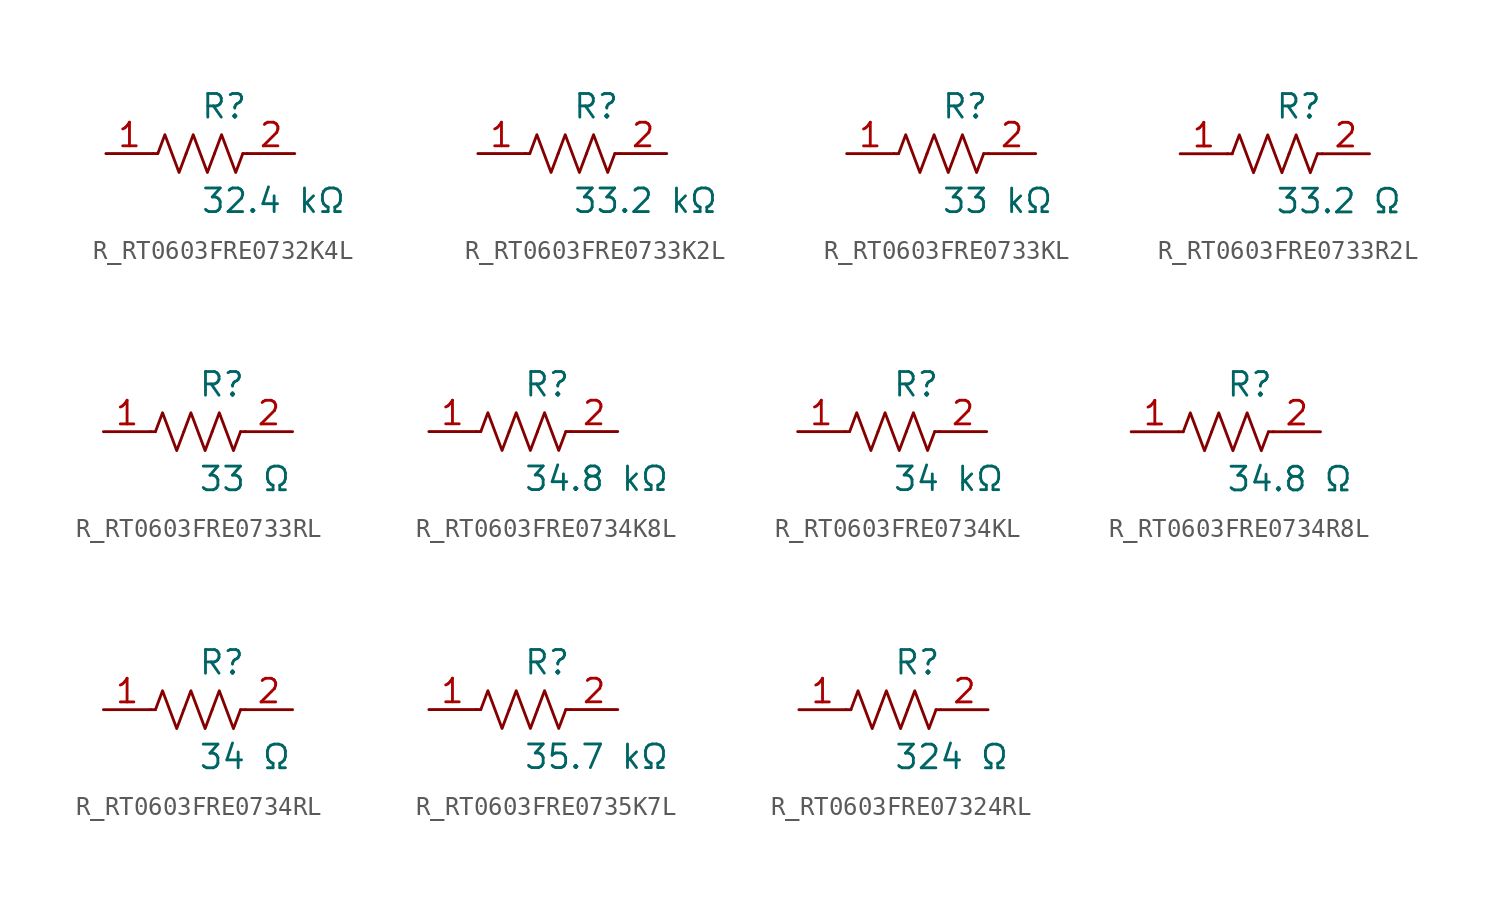
<source format=kicad_sym>
(kicad_symbol_lib
  (version 20231120)
  (generator kicad_symbol_editor)
  (generator_version 8.0)
  (symbol "R_RT0603FRE0732K4L"
    (pin_names
      (offset 0.254))
    (property "Reference" "R"
      (at 0.0 2.54 0)
      (effects (font (size 1.27 1.27)) (justify left)))
    (property "Value" "32.4 kΩ"
      (at 0.0 -2.54 0)
      (effects (font (size 1.27 1.27)) (justify left)))
    (symbol "R_RT0603FRE0732K4L_0_1"
      (polyline (pts (xy 2.286 0) (xy 2.54 0)) (stroke (width 0) (type default)) (fill (type none)))
      (polyline (pts (xy -2.286 0) (xy -2.54 0)) (stroke (width 0) (type default)) (fill (type none)))
      (polyline (pts (xy 0.762 0) (xy 1.143 1.016) (xy 1.524 0) (xy 1.905 -1.016) (xy 2.286 0)) (stroke (width 0) (type default)) (fill (type none)))
      (polyline (pts (xy -0.762 0) (xy -0.381 1.016) (xy 0 0) (xy 0.381 -1.016) (xy 0.762 0)) (stroke (width 0) (type default)) (fill (type none)))
      (polyline (pts (xy -2.286 0) (xy -1.905 1.016) (xy -1.524 0) (xy -1.143 -1.016) (xy -0.762 0)) (stroke (width 0) (type default)) (fill (type none))))
    (pin unspecified line
      (at -5.08 0 0)
      (length 2.54)
      (name "" (effects (font (size 1.27 1.27))))
      (number "1" (effects (font (size 1.27 1.27)))))
    (pin unspecified line
      (at 5.08 0 180)
      (length 2.54)
      (name "" (effects (font (size 1.27 1.27))))
      (number "2" (effects (font (size 1.27 1.27))))))
  (symbol "R_RT0603FRE0733K2L"
    (pin_names
      (offset 0.254))
    (property "Reference" "R"
      (at 0.0 2.54 0)
      (effects (font (size 1.27 1.27)) (justify left)))
    (property "Value" "33.2 kΩ"
      (at 0.0 -2.54 0)
      (effects (font (size 1.27 1.27)) (justify left)))
    (symbol "R_RT0603FRE0733K2L_0_1"
      (polyline (pts (xy 2.286 0) (xy 2.54 0)) (stroke (width 0) (type default)) (fill (type none)))
      (polyline (pts (xy -2.286 0) (xy -2.54 0)) (stroke (width 0) (type default)) (fill (type none)))
      (polyline (pts (xy 0.762 0) (xy 1.143 1.016) (xy 1.524 0) (xy 1.905 -1.016) (xy 2.286 0)) (stroke (width 0) (type default)) (fill (type none)))
      (polyline (pts (xy -0.762 0) (xy -0.381 1.016) (xy 0 0) (xy 0.381 -1.016) (xy 0.762 0)) (stroke (width 0) (type default)) (fill (type none)))
      (polyline (pts (xy -2.286 0) (xy -1.905 1.016) (xy -1.524 0) (xy -1.143 -1.016) (xy -0.762 0)) (stroke (width 0) (type default)) (fill (type none))))
    (pin unspecified line
      (at -5.08 0 0)
      (length 2.54)
      (name "" (effects (font (size 1.27 1.27))))
      (number "1" (effects (font (size 1.27 1.27)))))
    (pin unspecified line
      (at 5.08 0 180)
      (length 2.54)
      (name "" (effects (font (size 1.27 1.27))))
      (number "2" (effects (font (size 1.27 1.27))))))
  (symbol "R_RT0603FRE0733KL"
    (pin_names
      (offset 0.254))
    (property "Reference" "R"
      (at 0.0 2.54 0)
      (effects (font (size 1.27 1.27)) (justify left)))
    (property "Value" "33 kΩ"
      (at 0.0 -2.54 0)
      (effects (font (size 1.27 1.27)) (justify left)))
    (symbol "R_RT0603FRE0733KL_0_1"
      (polyline (pts (xy 2.286 0) (xy 2.54 0)) (stroke (width 0) (type default)) (fill (type none)))
      (polyline (pts (xy -2.286 0) (xy -2.54 0)) (stroke (width 0) (type default)) (fill (type none)))
      (polyline (pts (xy 0.762 0) (xy 1.143 1.016) (xy 1.524 0) (xy 1.905 -1.016) (xy 2.286 0)) (stroke (width 0) (type default)) (fill (type none)))
      (polyline (pts (xy -0.762 0) (xy -0.381 1.016) (xy 0 0) (xy 0.381 -1.016) (xy 0.762 0)) (stroke (width 0) (type default)) (fill (type none)))
      (polyline (pts (xy -2.286 0) (xy -1.905 1.016) (xy -1.524 0) (xy -1.143 -1.016) (xy -0.762 0)) (stroke (width 0) (type default)) (fill (type none))))
    (pin unspecified line
      (at -5.08 0 0)
      (length 2.54)
      (name "" (effects (font (size 1.27 1.27))))
      (number "1" (effects (font (size 1.27 1.27)))))
    (pin unspecified line
      (at 5.08 0 180)
      (length 2.54)
      (name "" (effects (font (size 1.27 1.27))))
      (number "2" (effects (font (size 1.27 1.27))))))
  (symbol "R_RT0603FRE0733R2L"
    (pin_names
      (offset 0.254))
    (property "Reference" "R"
      (at 0.0 2.54 0)
      (effects (font (size 1.27 1.27)) (justify left)))
    (property "Value" "33.2 Ω"
      (at 0.0 -2.54 0)
      (effects (font (size 1.27 1.27)) (justify left)))
    (symbol "R_RT0603FRE0733R2L_0_1"
      (polyline (pts (xy 2.286 0) (xy 2.54 0)) (stroke (width 0) (type default)) (fill (type none)))
      (polyline (pts (xy -2.286 0) (xy -2.54 0)) (stroke (width 0) (type default)) (fill (type none)))
      (polyline (pts (xy 0.762 0) (xy 1.143 1.016) (xy 1.524 0) (xy 1.905 -1.016) (xy 2.286 0)) (stroke (width 0) (type default)) (fill (type none)))
      (polyline (pts (xy -0.762 0) (xy -0.381 1.016) (xy 0 0) (xy 0.381 -1.016) (xy 0.762 0)) (stroke (width 0) (type default)) (fill (type none)))
      (polyline (pts (xy -2.286 0) (xy -1.905 1.016) (xy -1.524 0) (xy -1.143 -1.016) (xy -0.762 0)) (stroke (width 0) (type default)) (fill (type none))))
    (pin unspecified line
      (at -5.08 0 0)
      (length 2.54)
      (name "" (effects (font (size 1.27 1.27))))
      (number "1" (effects (font (size 1.27 1.27)))))
    (pin unspecified line
      (at 5.08 0 180)
      (length 2.54)
      (name "" (effects (font (size 1.27 1.27))))
      (number "2" (effects (font (size 1.27 1.27))))))
  (symbol "R_RT0603FRE0733RL"
    (pin_names
      (offset 0.254))
    (property "Reference" "R"
      (at 0.0 2.54 0)
      (effects (font (size 1.27 1.27)) (justify left)))
    (property "Value" "33 Ω"
      (at 0.0 -2.54 0)
      (effects (font (size 1.27 1.27)) (justify left)))
    (symbol "R_RT0603FRE0733RL_0_1"
      (polyline (pts (xy 2.286 0) (xy 2.54 0)) (stroke (width 0) (type default)) (fill (type none)))
      (polyline (pts (xy -2.286 0) (xy -2.54 0)) (stroke (width 0) (type default)) (fill (type none)))
      (polyline (pts (xy 0.762 0) (xy 1.143 1.016) (xy 1.524 0) (xy 1.905 -1.016) (xy 2.286 0)) (stroke (width 0) (type default)) (fill (type none)))
      (polyline (pts (xy -0.762 0) (xy -0.381 1.016) (xy 0 0) (xy 0.381 -1.016) (xy 0.762 0)) (stroke (width 0) (type default)) (fill (type none)))
      (polyline (pts (xy -2.286 0) (xy -1.905 1.016) (xy -1.524 0) (xy -1.143 -1.016) (xy -0.762 0)) (stroke (width 0) (type default)) (fill (type none))))
    (pin unspecified line
      (at -5.08 0 0)
      (length 2.54)
      (name "" (effects (font (size 1.27 1.27))))
      (number "1" (effects (font (size 1.27 1.27)))))
    (pin unspecified line
      (at 5.08 0 180)
      (length 2.54)
      (name "" (effects (font (size 1.27 1.27))))
      (number "2" (effects (font (size 1.27 1.27))))))
  (symbol "R_RT0603FRE0734K8L"
    (pin_names
      (offset 0.254))
    (property "Reference" "R"
      (at 0.0 2.54 0)
      (effects (font (size 1.27 1.27)) (justify left)))
    (property "Value" "34.8 kΩ"
      (at 0.0 -2.54 0)
      (effects (font (size 1.27 1.27)) (justify left)))
    (symbol "R_RT0603FRE0734K8L_0_1"
      (polyline (pts (xy 2.286 0) (xy 2.54 0)) (stroke (width 0) (type default)) (fill (type none)))
      (polyline (pts (xy -2.286 0) (xy -2.54 0)) (stroke (width 0) (type default)) (fill (type none)))
      (polyline (pts (xy 0.762 0) (xy 1.143 1.016) (xy 1.524 0) (xy 1.905 -1.016) (xy 2.286 0)) (stroke (width 0) (type default)) (fill (type none)))
      (polyline (pts (xy -0.762 0) (xy -0.381 1.016) (xy 0 0) (xy 0.381 -1.016) (xy 0.762 0)) (stroke (width 0) (type default)) (fill (type none)))
      (polyline (pts (xy -2.286 0) (xy -1.905 1.016) (xy -1.524 0) (xy -1.143 -1.016) (xy -0.762 0)) (stroke (width 0) (type default)) (fill (type none))))
    (pin unspecified line
      (at -5.08 0 0)
      (length 2.54)
      (name "" (effects (font (size 1.27 1.27))))
      (number "1" (effects (font (size 1.27 1.27)))))
    (pin unspecified line
      (at 5.08 0 180)
      (length 2.54)
      (name "" (effects (font (size 1.27 1.27))))
      (number "2" (effects (font (size 1.27 1.27))))))
  (symbol "R_RT0603FRE0734KL"
    (pin_names
      (offset 0.254))
    (property "Reference" "R"
      (at 0.0 2.54 0)
      (effects (font (size 1.27 1.27)) (justify left)))
    (property "Value" "34 kΩ"
      (at 0.0 -2.54 0)
      (effects (font (size 1.27 1.27)) (justify left)))
    (symbol "R_RT0603FRE0734KL_0_1"
      (polyline (pts (xy 2.286 0) (xy 2.54 0)) (stroke (width 0) (type default)) (fill (type none)))
      (polyline (pts (xy -2.286 0) (xy -2.54 0)) (stroke (width 0) (type default)) (fill (type none)))
      (polyline (pts (xy 0.762 0) (xy 1.143 1.016) (xy 1.524 0) (xy 1.905 -1.016) (xy 2.286 0)) (stroke (width 0) (type default)) (fill (type none)))
      (polyline (pts (xy -0.762 0) (xy -0.381 1.016) (xy 0 0) (xy 0.381 -1.016) (xy 0.762 0)) (stroke (width 0) (type default)) (fill (type none)))
      (polyline (pts (xy -2.286 0) (xy -1.905 1.016) (xy -1.524 0) (xy -1.143 -1.016) (xy -0.762 0)) (stroke (width 0) (type default)) (fill (type none))))
    (pin unspecified line
      (at -5.08 0 0)
      (length 2.54)
      (name "" (effects (font (size 1.27 1.27))))
      (number "1" (effects (font (size 1.27 1.27)))))
    (pin unspecified line
      (at 5.08 0 180)
      (length 2.54)
      (name "" (effects (font (size 1.27 1.27))))
      (number "2" (effects (font (size 1.27 1.27))))))
  (symbol "R_RT0603FRE0734R8L"
    (pin_names
      (offset 0.254))
    (property "Reference" "R"
      (at 0.0 2.54 0)
      (effects (font (size 1.27 1.27)) (justify left)))
    (property "Value" "34.8 Ω"
      (at 0.0 -2.54 0)
      (effects (font (size 1.27 1.27)) (justify left)))
    (symbol "R_RT0603FRE0734R8L_0_1"
      (polyline (pts (xy 2.286 0) (xy 2.54 0)) (stroke (width 0) (type default)) (fill (type none)))
      (polyline (pts (xy -2.286 0) (xy -2.54 0)) (stroke (width 0) (type default)) (fill (type none)))
      (polyline (pts (xy 0.762 0) (xy 1.143 1.016) (xy 1.524 0) (xy 1.905 -1.016) (xy 2.286 0)) (stroke (width 0) (type default)) (fill (type none)))
      (polyline (pts (xy -0.762 0) (xy -0.381 1.016) (xy 0 0) (xy 0.381 -1.016) (xy 0.762 0)) (stroke (width 0) (type default)) (fill (type none)))
      (polyline (pts (xy -2.286 0) (xy -1.905 1.016) (xy -1.524 0) (xy -1.143 -1.016) (xy -0.762 0)) (stroke (width 0) (type default)) (fill (type none))))
    (pin unspecified line
      (at -5.08 0 0)
      (length 2.54)
      (name "" (effects (font (size 1.27 1.27))))
      (number "1" (effects (font (size 1.27 1.27)))))
    (pin unspecified line
      (at 5.08 0 180)
      (length 2.54)
      (name "" (effects (font (size 1.27 1.27))))
      (number "2" (effects (font (size 1.27 1.27))))))
  (symbol "R_RT0603FRE0734RL"
    (pin_names
      (offset 0.254))
    (property "Reference" "R"
      (at 0.0 2.54 0)
      (effects (font (size 1.27 1.27)) (justify left)))
    (property "Value" "34 Ω"
      (at 0.0 -2.54 0)
      (effects (font (size 1.27 1.27)) (justify left)))
    (symbol "R_RT0603FRE0734RL_0_1"
      (polyline (pts (xy 2.286 0) (xy 2.54 0)) (stroke (width 0) (type default)) (fill (type none)))
      (polyline (pts (xy -2.286 0) (xy -2.54 0)) (stroke (width 0) (type default)) (fill (type none)))
      (polyline (pts (xy 0.762 0) (xy 1.143 1.016) (xy 1.524 0) (xy 1.905 -1.016) (xy 2.286 0)) (stroke (width 0) (type default)) (fill (type none)))
      (polyline (pts (xy -0.762 0) (xy -0.381 1.016) (xy 0 0) (xy 0.381 -1.016) (xy 0.762 0)) (stroke (width 0) (type default)) (fill (type none)))
      (polyline (pts (xy -2.286 0) (xy -1.905 1.016) (xy -1.524 0) (xy -1.143 -1.016) (xy -0.762 0)) (stroke (width 0) (type default)) (fill (type none))))
    (pin unspecified line
      (at -5.08 0 0)
      (length 2.54)
      (name "" (effects (font (size 1.27 1.27))))
      (number "1" (effects (font (size 1.27 1.27)))))
    (pin unspecified line
      (at 5.08 0 180)
      (length 2.54)
      (name "" (effects (font (size 1.27 1.27))))
      (number "2" (effects (font (size 1.27 1.27))))))
  (symbol "R_RT0603FRE0735K7L"
    (pin_names
      (offset 0.254))
    (property "Reference" "R"
      (at 0.0 2.54 0)
      (effects (font (size 1.27 1.27)) (justify left)))
    (property "Value" "35.7 kΩ"
      (at 0.0 -2.54 0)
      (effects (font (size 1.27 1.27)) (justify left)))
    (symbol "R_RT0603FRE0735K7L_0_1"
      (polyline (pts (xy 2.286 0) (xy 2.54 0)) (stroke (width 0) (type default)) (fill (type none)))
      (polyline (pts (xy -2.286 0) (xy -2.54 0)) (stroke (width 0) (type default)) (fill (type none)))
      (polyline (pts (xy 0.762 0) (xy 1.143 1.016) (xy 1.524 0) (xy 1.905 -1.016) (xy 2.286 0)) (stroke (width 0) (type default)) (fill (type none)))
      (polyline (pts (xy -0.762 0) (xy -0.381 1.016) (xy 0 0) (xy 0.381 -1.016) (xy 0.762 0)) (stroke (width 0) (type default)) (fill (type none)))
      (polyline (pts (xy -2.286 0) (xy -1.905 1.016) (xy -1.524 0) (xy -1.143 -1.016) (xy -0.762 0)) (stroke (width 0) (type default)) (fill (type none))))
    (pin unspecified line
      (at -5.08 0 0)
      (length 2.54)
      (name "" (effects (font (size 1.27 1.27))))
      (number "1" (effects (font (size 1.27 1.27)))))
    (pin unspecified line
      (at 5.08 0 180)
      (length 2.54)
      (name "" (effects (font (size 1.27 1.27))))
      (number "2" (effects (font (size 1.27 1.27))))))
  (symbol "R_RT0603FRE07324RL"
    (pin_names
      (offset 0.254))
    (property "Reference" "R"
      (at 0.0 2.54 0)
      (effects (font (size 1.27 1.27)) (justify left)))
    (property "Value" "324 Ω"
      (at 0.0 -2.54 0)
      (effects (font (size 1.27 1.27)) (justify left)))
    (symbol "R_RT0603FRE07324RL_0_1"
      (polyline (pts (xy 2.286 0) (xy 2.54 0)) (stroke (width 0) (type default)) (fill (type none)))
      (polyline (pts (xy -2.286 0) (xy -2.54 0)) (stroke (width 0) (type default)) (fill (type none)))
      (polyline (pts (xy 0.762 0) (xy 1.143 1.016) (xy 1.524 0) (xy 1.905 -1.016) (xy 2.286 0)) (stroke (width 0) (type default)) (fill (type none)))
      (polyline (pts (xy -0.762 0) (xy -0.381 1.016) (xy 0 0) (xy 0.381 -1.016) (xy 0.762 0)) (stroke (width 0) (type default)) (fill (type none)))
      (polyline (pts (xy -2.286 0) (xy -1.905 1.016) (xy -1.524 0) (xy -1.143 -1.016) (xy -0.762 0)) (stroke (width 0) (type default)) (fill (type none))))
    (pin unspecified line
      (at -5.08 0 0)
      (length 2.54)
      (name "" (effects (font (size 1.27 1.27))))
      (number "1" (effects (font (size 1.27 1.27)))))
    (pin unspecified line
      (at 5.08 0 180)
      (length 2.54)
      (name "" (effects (font (size 1.27 1.27))))
      (number "2" (effects (font (size 1.27 1.27)))))))
</source>
